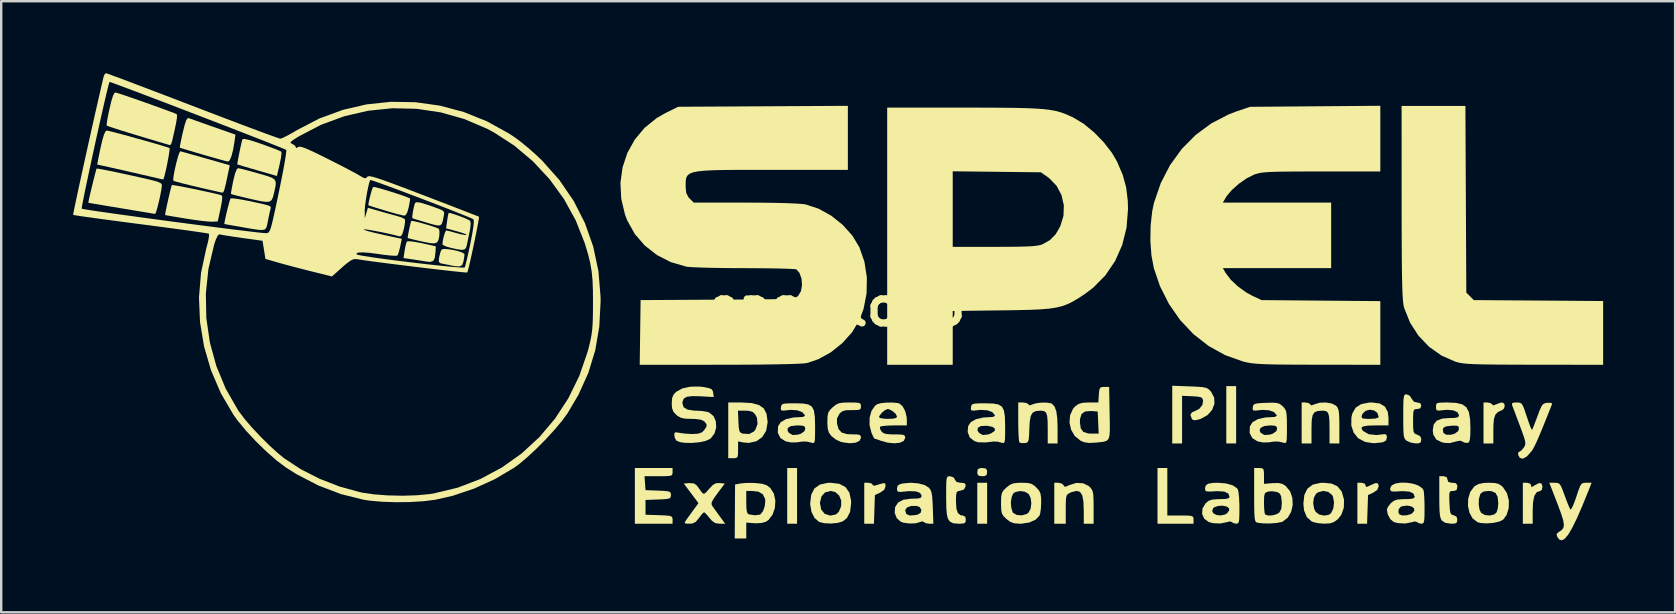
<source format=kicad_pcb>
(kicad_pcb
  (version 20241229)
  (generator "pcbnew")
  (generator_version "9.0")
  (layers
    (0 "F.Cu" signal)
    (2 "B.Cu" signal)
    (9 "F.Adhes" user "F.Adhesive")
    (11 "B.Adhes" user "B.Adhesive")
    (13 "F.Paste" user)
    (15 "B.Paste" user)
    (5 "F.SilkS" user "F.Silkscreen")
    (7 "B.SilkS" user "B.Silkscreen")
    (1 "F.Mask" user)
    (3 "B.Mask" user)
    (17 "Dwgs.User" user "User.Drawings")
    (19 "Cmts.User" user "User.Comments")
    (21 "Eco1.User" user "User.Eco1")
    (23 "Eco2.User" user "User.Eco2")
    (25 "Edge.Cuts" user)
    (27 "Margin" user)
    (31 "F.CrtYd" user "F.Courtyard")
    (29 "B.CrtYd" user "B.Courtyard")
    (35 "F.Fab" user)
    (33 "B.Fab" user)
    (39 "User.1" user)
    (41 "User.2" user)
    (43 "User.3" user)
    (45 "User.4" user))
  (footprint "spel_logo"
    (layer "F.Cu")
    (at 31.842 9.73)
    (property "Reference" "spel_logo" (at 0 0 0) (layer "F.SilkS") (effects (font (size 1.5 1.5) (thickness 0.3))))
    (attr board_only exclude_from_pos_files exclude_from_bom)
    (fp_poly (pts (xy -1.673 7.886) (xy -1.673 9.047) (xy -1.878 9.047) (xy -2.083 9.047) (xy -2.083 7.886) (xy -2.083 6.726) (xy -1.878 6.726) (xy -1.673 6.726)) (stroke (width 0) (type solid)) (fill yes) (layer "F.SilkS"))
    (fp_poly (pts (xy 6.248 8.194) (xy 6.248 9.047) (xy 6.043 9.047) (xy 5.838 9.047) (xy 5.838 8.194) (xy 5.838 7.34) (xy 6.043 7.34) (xy 6.248 7.34)) (stroke (width 0) (type solid)) (fill yes) (layer "F.SilkS"))
    (fp_poly (pts (xy 16.626 4.506) (xy 16.626 5.701) (xy 16.421 5.701) (xy 16.216 5.701) (xy 16.216 4.506) (xy 16.216 3.312) (xy 16.421 3.312) (xy 16.626 3.312)) (stroke (width 0) (type solid)) (fill yes) (layer "F.SilkS"))
    (fp_poly (pts (xy 6.189 6.744) (xy 6.243 6.822) (xy 6.248 6.896) (xy 6.226 7.018) (xy 6.132 7.063) (xy 6.043 7.067) (xy 5.896 7.049) (xy 5.843 6.97) (xy 5.838 6.896) (xy 5.86 6.774) (xy 5.954 6.73) (xy 6.043 6.726)) (stroke (width 0) (type solid)) (fill yes) (layer "F.SilkS"))
    (fp_poly (pts (xy 13.758 7.716) (xy 13.758 8.706) (xy 14.305 8.706) (xy 14.575 8.707) (xy 14.738 8.719) (xy 14.819 8.748) (xy 14.847 8.804) (xy 14.851 8.876) (xy 14.851 9.047) (xy 14.1 9.047) (xy 13.349 9.047) (xy 13.349 7.886) (xy 13.349 6.726) (xy 13.553 6.726) (xy 13.758 6.726)) (stroke (width 0) (type solid)) (fill yes) (layer "F.SilkS"))
    (fp_poly (pts (xy -17.66 -2.708) (xy -17.41 -2.664) (xy -17.303 -2.642) (xy -16.728 -2.514) (xy -16.744 -2.261) (xy -16.773 -2.025) (xy -16.841 -1.901) (xy -16.972 -1.865) (xy -17.138 -1.882) (xy -17.383 -1.922) (xy -17.662 -1.965) (xy -17.743 -1.977) (xy -18.074 -2.025) (xy -18.027 -2.344) (xy -17.989 -2.544) (xy -17.947 -2.685) (xy -17.929 -2.716) (xy -17.844 -2.726)) (stroke (width 0) (type solid)) (fill yes) (layer "F.SilkS"))
    (fp_poly (pts (xy 21.987 7.376) (xy 22.02 7.444) (xy 22.034 7.508) (xy 22.099 7.503) (xy 22.222 7.444) (xy 22.417 7.358) (xy 22.524 7.357) (xy 22.563 7.444) (xy 22.565 7.494) (xy 22.505 7.641) (xy 22.343 7.75) (xy 22.123 7.852) (xy 22.103 8.45) (xy 22.083 9.047) (xy 21.881 9.047) (xy 21.679 9.047) (xy 21.679 8.194) (xy 21.679 7.34) (xy 21.849 7.34)) (stroke (width 0) (type solid)) (fill yes) (layer "F.SilkS"))
    (fp_poly (pts (xy 1.426 7.366) (xy 1.468 7.416) (xy 1.52 7.463) (xy 1.587 7.455) (xy 1.816 7.384) (xy 1.944 7.356) (xy 2 7.372) (xy 2.013 7.435) (xy 2.013 7.486) (xy 1.961 7.633) (xy 1.794 7.748) (xy 1.791 7.75) (xy 1.57 7.852) (xy 1.551 8.45) (xy 1.531 9.047) (xy 1.329 9.047) (xy 1.127 9.047) (xy 1.127 8.194) (xy 1.127 7.34) (xy 1.297 7.34)) (stroke (width 0) (type solid)) (fill yes) (layer "F.SilkS"))
    (fp_poly (pts (xy 27.238 4.023) (xy 27.292 4.072) (xy 27.346 4.116) (xy 27.464 4.072) (xy 27.623 4.01) (xy 27.717 3.994) (xy 27.802 4.044) (xy 27.82 4.153) (xy 27.774 4.265) (xy 27.704 4.314) (xy 27.538 4.391) (xy 27.431 4.5) (xy 27.373 4.67) (xy 27.349 4.929) (xy 27.346 5.132) (xy 27.346 5.701) (xy 27.141 5.701) (xy 26.936 5.701) (xy 26.936 4.848) (xy 26.936 3.994) (xy 27.101 3.994)) (stroke (width 0) (type solid)) (fill yes) (layer "F.SilkS"))
    (fp_poly (pts (xy 28.884 7.377) (xy 28.916 7.446) (xy 28.929 7.514) (xy 28.99 7.498) (xy 29.068 7.446) (xy 29.249 7.352) (xy 29.358 7.373) (xy 29.394 7.509) (xy 29.394 7.511) (xy 29.363 7.642) (xy 29.303 7.681) (xy 29.155 7.73) (xy 29.055 7.884) (xy 29 8.151) (xy 28.985 8.489) (xy 28.985 9.047) (xy 28.78 9.047) (xy 28.575 9.047) (xy 28.575 8.194) (xy 28.575 7.34) (xy 28.746 7.34)) (stroke (width 0) (type solid)) (fill yes) (layer "F.SilkS"))
    (fp_poly (pts (xy -16.217 -2.395) (xy -16.002 -2.36) (xy -15.789 -2.31) (xy -15.619 -2.252) (xy -15.536 -2.196) (xy -15.534 -2.186) (xy -15.546 -2.061) (xy -15.576 -1.886) (xy -15.628 -1.735) (xy -15.724 -1.681) (xy -15.798 -1.678) (xy -15.959 -1.691) (xy -16.046 -1.707) (xy -16.154 -1.733) (xy -16.332 -1.766) (xy -16.372 -1.773) (xy -16.539 -1.809) (xy -16.603 -1.868) (xy -16.598 -1.998) (xy -16.586 -2.069) (xy -16.543 -2.25) (xy -16.494 -2.371) (xy -16.486 -2.381) (xy -16.392 -2.405)) (stroke (width 0) (type solid)) (fill yes) (layer "F.SilkS"))
    (fp_poly (pts (xy -17.679 -3.568) (xy -17.514 -3.532) (xy -17.294 -3.474) (xy -17.055 -3.405) (xy -16.835 -3.336) (xy -16.671 -3.277) (xy -16.602 -3.243) (xy -16.576 -3.147) (xy -16.582 -2.973) (xy -16.591 -2.908) (xy -16.624 -2.765) (xy -16.68 -2.676) (xy -16.782 -2.638) (xy -16.955 -2.646) (xy -17.221 -2.697) (xy -17.445 -2.747) (xy -17.671 -2.801) (xy -17.835 -2.841) (xy -17.901 -2.86) (xy -17.896 -2.925) (xy -17.869 -3.076) (xy -17.831 -3.262) (xy -17.791 -3.438) (xy -17.759 -3.553) (xy -17.751 -3.573)) (stroke (width 0) (type solid)) (fill yes) (layer "F.SilkS"))
    (fp_poly (pts (xy -24.518 -6.95) (xy -24.201 -6.852) (xy -23.988 -6.778) (xy -23.684 -6.667) (xy -23.428 -6.571) (xy -23.247 -6.498) (xy -23.169 -6.46) (xy -23.161 -6.378) (xy -23.183 -6.2) (xy -23.23 -5.963) (xy -23.237 -5.932) (xy -23.352 -5.446) (xy -24.171 -5.682) (xy -24.483 -5.772) (xy -24.742 -5.849) (xy -24.924 -5.904) (xy -25.001 -5.929) (xy -25.002 -5.93) (xy -24.996 -5.997) (xy -24.967 -6.157) (xy -24.925 -6.372) (xy -24.878 -6.602) (xy -24.833 -6.806) (xy -24.798 -6.947) (xy -24.789 -6.975) (xy -24.713 -6.991)) (stroke (width 0) (type solid)) (fill yes) (layer "F.SilkS"))
    (fp_poly (pts (xy -17.352 -4.33) (xy -17.085 -4.247) (xy -17.066 -4.241) (xy -16.756 -4.133) (xy -16.553 -4.058) (xy -16.437 -3.999) (xy -16.387 -3.941) (xy -16.381 -3.871) (xy -16.399 -3.773) (xy -16.4 -3.766) (xy -16.442 -3.559) (xy -16.489 -3.434) (xy -16.57 -3.382) (xy -16.711 -3.392) (xy -16.943 -3.453) (xy -17.104 -3.5) (xy -17.365 -3.578) (xy -17.569 -3.641) (xy -17.687 -3.679) (xy -17.704 -3.687) (xy -17.709 -3.761) (xy -17.689 -3.916) (xy -17.655 -4.098) (xy -17.616 -4.255) (xy -17.588 -4.327) (xy -17.515 -4.355)) (stroke (width 0) (type solid)) (fill yes) (layer "F.SilkS"))
    (fp_poly (pts (xy -19.269 -4.981) (xy -19.098 -4.939) (xy -18.862 -4.872) (xy -18.592 -4.789) (xy -18.319 -4.701) (xy -18.075 -4.618) (xy -17.891 -4.548) (xy -17.802 -4.506) (xy -17.805 -4.438) (xy -17.832 -4.277) (xy -17.859 -4.141) (xy -17.922 -3.918) (xy -17.992 -3.811) (xy -18.049 -3.794) (xy -18.159 -3.815) (xy -18.367 -3.868) (xy -18.638 -3.944) (xy -18.845 -4.006) (xy -19.128 -4.092) (xy -19.355 -4.163) (xy -19.501 -4.21) (xy -19.539 -4.223) (xy -19.536 -4.294) (xy -19.504 -4.449) (xy -19.456 -4.642) (xy -19.404 -4.826) (xy -19.359 -4.956) (xy -19.342 -4.988)) (stroke (width 0) (type solid)) (fill yes) (layer "F.SilkS"))
    (fp_poly (pts (xy -24.872 -5.752) (xy -24.671 -5.702) (xy -24.401 -5.63) (xy -24.133 -5.554) (xy -23.799 -5.458) (xy -23.577 -5.38) (xy -23.45 -5.298) (xy -23.399 -5.19) (xy -23.407 -5.032) (xy -23.457 -4.802) (xy -23.478 -4.711) (xy -23.521 -4.547) (xy -23.575 -4.437) (xy -23.662 -4.378) (xy -23.805 -4.366) (xy -24.025 -4.397) (xy -24.346 -4.466) (xy -24.541 -4.511) (xy -24.832 -4.58) (xy -25.069 -4.639) (xy -25.222 -4.679) (xy -25.267 -4.694) (xy -25.261 -4.764) (xy -25.232 -4.934) (xy -25.186 -5.172) (xy -25.172 -5.24) (xy -25.098 -5.542) (xy -25.027 -5.72) (xy -24.971 -5.77)) (stroke (width 0) (type solid)) (fill yes) (layer "F.SilkS"))
    (fp_poly (pts (xy -27.291 -6.452) (xy -27.099 -6.399) (xy -26.825 -6.322) (xy -26.493 -6.228) (xy -26.314 -6.177) (xy -25.317 -5.892) (xy -25.411 -5.438) (xy -25.48 -5.119) (xy -25.531 -4.913) (xy -25.572 -4.798) (xy -25.608 -4.754) (xy -25.627 -4.751) (xy -25.706 -4.767) (xy -25.894 -4.809) (xy -26.166 -4.871) (xy -26.496 -4.947) (xy -26.651 -4.983) (xy -26.998 -5.066) (xy -27.296 -5.14) (xy -27.521 -5.199) (xy -27.647 -5.238) (xy -27.665 -5.246) (xy -27.672 -5.328) (xy -27.649 -5.5) (xy -27.605 -5.727) (xy -27.548 -5.973) (xy -27.487 -6.203) (xy -27.43 -6.381) (xy -27.386 -6.47) (xy -27.376 -6.474)) (stroke (width 0) (type solid)) (fill yes) (layer "F.SilkS"))
    (fp_poly (pts (xy -27.025 -7.856) (xy -26.927 -7.821) (xy -26.726 -7.749) (xy -26.448 -7.651) (xy -26.121 -7.535) (xy -26.002 -7.493) (xy -25.081 -7.169) (xy -25.121 -6.869) (xy -25.178 -6.531) (xy -25.247 -6.267) (xy -25.32 -6.099) (xy -25.386 -6.047) (xy -25.478 -6.067) (xy -25.675 -6.119) (xy -25.952 -6.196) (xy -26.283 -6.291) (xy -26.424 -6.332) (xy -26.763 -6.432) (xy -27.052 -6.518) (xy -27.266 -6.583) (xy -27.384 -6.62) (xy -27.398 -6.625) (xy -27.392 -6.692) (xy -27.36 -6.862) (xy -27.308 -7.106) (xy -27.272 -7.266) (xy -27.197 -7.568) (xy -27.137 -7.755) (xy -27.083 -7.845) (xy -27.028 -7.857)) (stroke (width 0) (type solid)) (fill yes) (layer "F.SilkS"))
    (fp_poly (pts (xy -27.657 -5.064) (xy -27.482 -5.034) (xy -27.229 -4.987) (xy -26.926 -4.926) (xy -26.603 -4.859) (xy -26.286 -4.791) (xy -26.003 -4.729) (xy -25.783 -4.676) (xy -25.663 -4.644) (xy -25.63 -4.587) (xy -25.636 -4.438) (xy -25.681 -4.18) (xy -25.701 -4.085) (xy -25.818 -3.551) (xy -26.053 -3.54) (xy -26.211 -3.547) (xy -26.468 -3.573) (xy -26.788 -3.615) (xy -27.137 -3.668) (xy -27.141 -3.668) (xy -27.464 -3.722) (xy -27.733 -3.767) (xy -27.923 -3.8) (xy -28.006 -3.817) (xy -28.008 -3.818) (xy -28.002 -3.885) (xy -27.972 -4.049) (xy -27.924 -4.273) (xy -27.869 -4.522) (xy -27.813 -4.76) (xy -27.765 -4.951) (xy -27.733 -5.059) (xy -27.727 -5.07)) (stroke (width 0) (type solid)) (fill yes) (layer "F.SilkS"))
    (fp_poly (pts (xy -25.017 -4.493) (xy -24.759 -4.45) (xy -24.534 -4.406) (xy -24.16 -4.326) (xy -23.9 -4.268) (xy -23.735 -4.224) (xy -23.644 -4.187) (xy -23.609 -4.151) (xy -23.608 -4.107) (xy -23.617 -4.074) (xy -23.648 -3.947) (xy -23.693 -3.738) (xy -23.727 -3.568) (xy -23.759 -3.403) (xy -23.793 -3.29) (xy -23.851 -3.221) (xy -23.954 -3.194) (xy -24.124 -3.202) (xy -24.382 -3.24) (xy -24.751 -3.304) (xy -24.82 -3.316) (xy -25.113 -3.367) (xy -25.349 -3.409) (xy -25.5 -3.436) (xy -25.542 -3.444) (xy -25.536 -3.511) (xy -25.504 -3.671) (xy -25.456 -3.885) (xy -25.4 -4.114) (xy -25.346 -4.32) (xy -25.303 -4.464) (xy -25.285 -4.508) (xy -25.203 -4.514)) (stroke (width 0) (type solid)) (fill yes) (layer "F.SilkS"))
    (fp_poly (pts (xy 14.688 3.323) (xy 15.012 3.337) (xy 15.229 3.354) (xy 15.371 3.383) (xy 15.466 3.431) (xy 15.546 3.506) (xy 15.583 3.548) (xy 15.711 3.788) (xy 15.722 4.047) (xy 15.627 4.299) (xy 15.438 4.516) (xy 15.166 4.67) (xy 15.106 4.691) (xy 14.925 4.734) (xy 14.826 4.722) (xy 14.778 4.672) (xy 14.719 4.51) (xy 14.784 4.403) (xy 14.88 4.365) (xy 15.089 4.261) (xy 15.221 4.093) (xy 15.249 3.915) (xy 15.224 3.826) (xy 15.158 3.776) (xy 15.018 3.749) (xy 14.8 3.735) (xy 14.373 3.715) (xy 14.373 4.708) (xy 14.373 5.701) (xy 14.168 5.701) (xy 13.963 5.701) (xy 13.963 4.499) (xy 13.963 3.296)) (stroke (width 0) (type solid)) (fill yes) (layer "F.SilkS"))
    (fp_poly (pts (xy -30.354 -7.322) (xy -30.16 -7.274) (xy -29.886 -7.202) (xy -29.559 -7.113) (xy -29.202 -7.014) (xy -28.84 -6.913) (xy -28.499 -6.816) (xy -28.203 -6.73) (xy -27.978 -6.662) (xy -27.849 -6.619) (xy -27.828 -6.61) (xy -27.825 -6.537) (xy -27.847 -6.369) (xy -27.887 -6.14) (xy -27.936 -5.886) (xy -27.989 -5.641) (xy -28.039 -5.44) (xy -28.077 -5.319) (xy -28.092 -5.299) (xy -28.17 -5.316) (xy -28.354 -5.358) (xy -28.617 -5.419) (xy -28.932 -5.492) (xy -28.951 -5.496) (xy -29.334 -5.585) (xy -29.731 -5.676) (xy -30.09 -5.757) (xy -30.306 -5.805) (xy -30.842 -5.923) (xy -30.801 -6.136) (xy -30.706 -6.603) (xy -30.626 -6.945) (xy -30.557 -7.174) (xy -30.496 -7.302) (xy -30.443 -7.34)) (stroke (width 0) (type solid)) (fill yes) (layer "F.SilkS"))
    (fp_poly (pts (xy 25.397 7.099) (xy 25.434 7.203) (xy 25.466 7.303) (xy 25.586 7.339) (xy 25.639 7.34) (xy 25.785 7.358) (xy 25.839 7.437) (xy 25.844 7.511) (xy 25.816 7.64) (xy 25.707 7.681) (xy 25.67 7.681) (xy 25.581 7.687) (xy 25.531 7.723) (xy 25.51 7.819) (xy 25.51 8.005) (xy 25.516 8.176) (xy 25.531 8.434) (xy 25.553 8.585) (xy 25.595 8.66) (xy 25.666 8.689) (xy 25.69 8.693) (xy 25.813 8.754) (xy 25.844 8.881) (xy 25.827 8.99) (xy 25.752 9.037) (xy 25.581 9.047) (xy 25.335 9.006) (xy 25.206 8.922) (xy 25.157 8.845) (xy 25.124 8.724) (xy 25.104 8.535) (xy 25.095 8.253) (xy 25.093 7.932) (xy 25.093 7.067) (xy 25.263 7.067)) (stroke (width 0) (type solid)) (fill yes) (layer "F.SilkS"))
    (fp_poly (pts (xy 9.365 7.376) (xy 9.431 7.441) (xy 9.474 7.503) (xy 9.555 7.493) (xy 9.665 7.441) (xy 9.959 7.347) (xy 10.244 7.36) (xy 10.482 7.475) (xy 10.518 7.508) (xy 10.595 7.594) (xy 10.644 7.69) (xy 10.671 7.827) (xy 10.683 8.036) (xy 10.686 8.348) (xy 10.686 8.361) (xy 10.686 9.047) (xy 10.481 9.047) (xy 10.276 9.047) (xy 10.276 8.496) (xy 10.261 8.117) (xy 10.212 7.862) (xy 10.119 7.719) (xy 9.975 7.679) (xy 9.771 7.73) (xy 9.699 7.761) (xy 9.616 7.806) (xy 9.564 7.869) (xy 9.537 7.98) (xy 9.527 8.169) (xy 9.525 8.443) (xy 9.525 9.047) (xy 9.286 9.047) (xy 9.047 9.047) (xy 9.047 8.194) (xy 9.047 7.34) (xy 9.22 7.34)) (stroke (width 0) (type solid)) (fill yes) (layer "F.SilkS"))
    (fp_poly (pts (xy 20.611 4.036) (xy 20.786 4.126) (xy 20.791 4.131) (xy 20.853 4.209) (xy 20.894 4.314) (xy 20.916 4.474) (xy 20.926 4.72) (xy 20.928 4.984) (xy 20.928 5.701) (xy 20.723 5.701) (xy 20.518 5.701) (xy 20.518 5.127) (xy 20.514 4.786) (xy 20.495 4.56) (xy 20.454 4.424) (xy 20.382 4.357) (xy 20.272 4.336) (xy 20.233 4.336) (xy 20.029 4.348) (xy 19.894 4.402) (xy 19.815 4.519) (xy 19.777 4.724) (xy 19.767 5.038) (xy 19.767 5.089) (xy 19.767 5.701) (xy 19.562 5.701) (xy 19.357 5.701) (xy 19.357 4.848) (xy 19.357 3.994) (xy 19.522 3.994) (xy 19.659 4.023) (xy 19.713 4.072) (xy 19.767 4.116) (xy 19.885 4.072) (xy 20.105 4.005) (xy 20.365 3.994)) (stroke (width 0) (type solid)) (fill yes) (layer "F.SilkS"))
    (fp_poly (pts (xy -6.862 6.896) (xy -6.867 6.979) (xy -6.901 7.029) (xy -6.99 7.055) (xy -7.162 7.065) (xy -7.443 7.067) (xy -7.446 7.067) (xy -8.031 7.067) (xy -8.01 7.357) (xy -7.989 7.647) (xy -7.46 7.667) (xy -7.194 7.68) (xy -7.036 7.699) (xy -6.958 7.734) (xy -6.933 7.795) (xy -6.93 7.852) (xy -6.938 7.935) (xy -6.98 7.986) (xy -7.083 8.014) (xy -7.278 8.029) (xy -7.46 8.037) (xy -7.989 8.057) (xy -7.989 8.364) (xy -7.989 8.672) (xy -7.425 8.691) (xy -7.149 8.703) (xy -6.982 8.72) (xy -6.897 8.752) (xy -6.866 8.808) (xy -6.862 8.879) (xy -6.862 9.047) (xy -7.647 9.047) (xy -8.433 9.047) (xy -8.433 7.886) (xy -8.433 6.726) (xy -7.647 6.726) (xy -6.862 6.726)) (stroke (width 0) (type solid)) (fill yes) (layer "F.SilkS"))
    (fp_poly (pts (xy 23.865 3.715) (xy 23.932 3.824) (xy 24.036 3.963) (xy 24.169 3.994) (xy 24.304 4.026) (xy 24.342 4.131) (xy 24.302 4.238) (xy 24.171 4.267) (xy 24.084 4.274) (xy 24.033 4.312) (xy 24.009 4.412) (xy 24.001 4.6) (xy 24 4.778) (xy 24.003 5.04) (xy 24.018 5.196) (xy 24.054 5.278) (xy 24.121 5.318) (xy 24.171 5.332) (xy 24.308 5.41) (xy 24.342 5.538) (xy 24.321 5.651) (xy 24.231 5.696) (xy 24.118 5.701) (xy 23.91 5.668) (xy 23.742 5.595) (xy 23.681 5.545) (xy 23.639 5.478) (xy 23.612 5.372) (xy 23.598 5.201) (xy 23.592 4.942) (xy 23.591 4.571) (xy 23.592 4.201) (xy 23.597 3.947) (xy 23.61 3.787) (xy 23.633 3.698) (xy 23.671 3.661) (xy 23.725 3.653) (xy 23.729 3.653)) (stroke (width 0) (type solid)) (fill yes) (layer "F.SilkS"))
    (fp_poly (pts (xy -29.961 -8.891) (xy -29.752 -8.823) (xy -29.471 -8.727) (xy -29.142 -8.613) (xy -28.79 -8.489) (xy -28.438 -8.363) (xy -28.113 -8.245) (xy -27.838 -8.144) (xy -27.637 -8.068) (xy -27.536 -8.025) (xy -27.53 -8.021) (xy -27.513 -7.975) (xy -27.518 -7.87) (xy -27.546 -7.691) (xy -27.601 -7.418) (xy -27.687 -7.036) (xy -27.723 -6.879) (xy -27.769 -6.763) (xy -27.808 -6.733) (xy -27.886 -6.754) (xy -28.074 -6.809) (xy -28.351 -6.891) (xy -28.696 -6.994) (xy -29.088 -7.112) (xy -29.134 -7.126) (xy -29.53 -7.246) (xy -29.879 -7.355) (xy -30.161 -7.445) (xy -30.356 -7.511) (xy -30.443 -7.545) (xy -30.445 -7.546) (xy -30.445 -7.624) (xy -30.418 -7.804) (xy -30.369 -8.058) (xy -30.324 -8.263) (xy -30.244 -8.593) (xy -30.177 -8.802) (xy -30.119 -8.906) (xy -30.072 -8.924)) (stroke (width 0) (type solid)) (fill yes) (layer "F.SilkS"))
    (fp_poly (pts (xy 26.2 -4.474) (xy 26.219 -0.584) (xy 26.375 -0.429) (xy 26.53 -0.273) (xy 29.225 -0.254) (xy 31.921 -0.234) (xy 31.921 1.095) (xy 31.921 2.424) (xy 29.036 2.42) (xy 28.322 2.419) (xy 27.731 2.416) (xy 27.249 2.412) (xy 26.862 2.406) (xy 26.556 2.397) (xy 26.318 2.385) (xy 26.133 2.369) (xy 25.988 2.348) (xy 25.869 2.323) (xy 25.761 2.292) (xy 25.759 2.291) (xy 25.182 2.037) (xy 24.665 1.671) (xy 24.224 1.209) (xy 23.875 0.668) (xy 23.634 0.066) (xy 23.615 -0.000001) (xy 23.595 -0.105) (xy 23.578 -0.263) (xy 23.563 -0.483) (xy 23.551 -0.774) (xy 23.542 -1.147) (xy 23.534 -1.611) (xy 23.529 -2.176) (xy 23.526 -2.85) (xy 23.524 -3.645) (xy 23.523 -4.353) (xy 23.522 -8.364) (xy 24.852 -8.364) (xy 26.181 -8.364)) (stroke (width 0) (type solid)) (fill yes) (layer "F.SilkS"))
    (fp_poly (pts (xy -16.119 -3.898) (xy -15.961 -3.851) (xy -15.76 -3.781) (xy -15.555 -3.702) (xy -15.388 -3.629) (xy -15.3 -3.579) (xy -15.275 -3.476) (xy -15.292 -3.276) (xy -15.313 -3.16) (xy -15.366 -2.905) (xy -15.415 -2.667) (xy -15.433 -2.578) (xy -15.469 -2.453) (xy -15.534 -2.384) (xy -15.654 -2.366) (xy -15.857 -2.395) (xy -16.114 -2.453) (xy -16.307 -2.51) (xy -16.43 -2.569) (xy -16.454 -2.598) (xy -16.436 -2.755) (xy -16.395 -2.936) (xy -16.345 -3.092) (xy -16.301 -3.172) (xy -16.294 -3.175) (xy -16.204 -3.157) (xy -16.028 -3.11) (xy -15.883 -3.069) (xy -15.67 -3.013) (xy -15.506 -2.986) (xy -15.449 -2.987) (xy -15.471 -3.015) (xy -15.599 -3.066) (xy -15.807 -3.129) (xy -15.837 -3.137) (xy -16.301 -3.263) (xy -16.258 -3.572) (xy -16.228 -3.762) (xy -16.2 -3.885) (xy -16.191 -3.906)) (stroke (width 0) (type solid)) (fill yes) (layer "F.SilkS"))
    (fp_poly (pts (xy -3.57 4.018) (xy -3.265 4.097) (xy -3.061 4.242) (xy -2.945 4.464) (xy -2.903 4.772) (xy -2.902 4.834) (xy -2.961 5.172) (xy -3.124 5.437) (xy -3.371 5.611) (xy -3.684 5.679) (xy -3.917 5.659) (xy -4.131 5.616) (xy -4.131 5.966) (xy -4.135 6.171) (xy -4.161 6.275) (xy -4.23 6.311) (xy -4.336 6.316) (xy -4.541 6.316) (xy -4.541 5.155) (xy -4.541 4.336) (xy -4.137 4.336) (xy -4.117 4.794) (xy -4.102 5.04) (xy -4.076 5.182) (xy -4.027 5.254) (xy -3.941 5.29) (xy -3.926 5.293) (xy -3.669 5.308) (xy -3.475 5.206) (xy -3.412 5.131) (xy -3.321 4.891) (xy -3.345 4.633) (xy -3.418 4.488) (xy -3.526 4.385) (xy -3.689 4.342) (xy -3.831 4.336) (xy -4.137 4.336) (xy -4.541 4.336) (xy -4.541 3.994) (xy -3.991 3.994)) (stroke (width 0) (type solid)) (fill yes) (layer "F.SilkS"))
    (fp_poly (pts (xy 0.087 7.384) (xy 0.345 7.519) (xy 0.507 7.75) (xy 0.577 8.081) (xy 0.58 8.194) (xy 0.537 8.553) (xy 0.404 8.812) (xy 0.229 8.95) (xy 0.015 9.014) (xy -0.263 9.039) (xy -0.541 9.025) (xy -0.755 8.97) (xy -0.757 8.969) (xy -0.943 8.808) (xy -1.072 8.553) (xy -1.126 8.24) (xy -1.127 8.203) (xy -1.125 8.194) (xy -0.717 8.194) (xy -0.667 8.458) (xy -0.525 8.633) (xy -0.305 8.705) (xy -0.273 8.706) (xy -0.056 8.662) (xy 0.064 8.554) (xy 0.165 8.319) (xy 0.167 8.081) (xy 0.082 7.873) (xy -0.077 7.729) (xy -0.273 7.681) (xy -0.502 7.739) (xy -0.654 7.903) (xy -0.716 8.157) (xy -0.717 8.194) (xy -1.125 8.194) (xy -1.084 7.84) (xy -0.951 7.579) (xy -0.724 7.416) (xy -0.397 7.344) (xy -0.273 7.34)) (stroke (width 0) (type solid)) (fill yes) (layer "F.SilkS"))
    (fp_poly (pts (xy 4.853 7.118) (xy 4.902 7.203) (xy 4.973 7.307) (xy 5.135 7.34) (xy 5.153 7.34) (xy 5.302 7.354) (xy 5.351 7.416) (xy 5.348 7.494) (xy 5.282 7.621) (xy 5.138 7.669) (xy 5.035 7.688) (xy 4.979 7.738) (xy 4.956 7.851) (xy 4.95 8.061) (xy 4.95 8.116) (xy 4.968 8.417) (xy 5.028 8.602) (xy 5.138 8.691) (xy 5.237 8.706) (xy 5.336 8.754) (xy 5.36 8.876) (xy 5.347 8.982) (xy 5.284 9.032) (xy 5.133 9.046) (xy 5.057 9.047) (xy 4.838 9.029) (xy 4.704 8.961) (xy 4.647 8.895) (xy 4.599 8.793) (xy 4.567 8.632) (xy 4.548 8.389) (xy 4.541 8.042) (xy 4.541 7.905) (xy 4.541 7.555) (xy 4.546 7.32) (xy 4.56 7.175) (xy 4.587 7.1) (xy 4.632 7.072) (xy 4.698 7.067) (xy 4.703 7.067)) (stroke (width 0) (type solid)) (fill yes) (layer "F.SilkS"))
    (fp_poly (pts (xy -30.795 -5.748) (xy -30.611 -5.716) (xy -30.334 -5.661) (xy -29.985 -5.589) (xy -29.584 -5.503) (xy -29.486 -5.481) (xy -29.029 -5.38) (xy -28.689 -5.302) (xy -28.448 -5.242) (xy -28.291 -5.192) (xy -28.199 -5.149) (xy -28.156 -5.105) (xy -28.146 -5.054) (xy -28.149 -5.016) (xy -28.178 -4.819) (xy -28.225 -4.578) (xy -28.282 -4.327) (xy -28.34 -4.101) (xy -28.391 -3.936) (xy -28.426 -3.866) (xy -28.428 -3.865) (xy -28.506 -3.878) (xy -28.698 -3.91) (xy -28.983 -3.957) (xy -29.339 -4.016) (xy -29.747 -4.084) (xy -29.838 -4.099) (xy -30.251 -4.167) (xy -30.615 -4.228) (xy -30.909 -4.277) (xy -31.113 -4.312) (xy -31.207 -4.329) (xy -31.211 -4.33) (xy -31.201 -4.395) (xy -31.166 -4.559) (xy -31.112 -4.788) (xy -31.05 -5.05) (xy -30.985 -5.311) (xy -30.928 -5.538) (xy -30.885 -5.697) (xy -30.865 -5.755)) (stroke (width 0) (type solid)) (fill yes) (layer "F.SilkS"))
    (fp_poly (pts (xy 7.895 4.018) (xy 7.969 4.072) (xy 8.023 4.116) (xy 8.141 4.072) (xy 8.303 4.024) (xy 8.526 3.999) (xy 8.75 4.001) (xy 8.919 4.031) (xy 8.951 4.047) (xy 9.06 4.166) (xy 9.132 4.363) (xy 9.172 4.658) (xy 9.184 5.048) (xy 9.184 5.701) (xy 8.979 5.701) (xy 8.774 5.701) (xy 8.774 5.127) (xy 8.77 4.787) (xy 8.751 4.561) (xy 8.71 4.426) (xy 8.637 4.359) (xy 8.524 4.337) (xy 8.472 4.336) (xy 8.277 4.352) (xy 8.147 4.418) (xy 8.067 4.554) (xy 8.025 4.783) (xy 8.008 5.087) (xy 7.997 5.368) (xy 7.98 5.541) (xy 7.948 5.634) (xy 7.893 5.673) (xy 7.815 5.687) (xy 7.666 5.686) (xy 7.594 5.659) (xy 7.575 5.575) (xy 7.559 5.384) (xy 7.549 5.113) (xy 7.545 4.802) (xy 7.545 3.994) (xy 7.744 3.994)) (stroke (width 0) (type solid)) (fill yes) (layer "F.SilkS"))
    (fp_poly (pts (xy 20.607 7.374) (xy 20.845 7.485) (xy 21.01 7.685) (xy 21.035 7.735) (xy 21.124 8.053) (xy 21.114 8.38) (xy 21.009 8.675) (xy 20.867 8.855) (xy 20.705 8.976) (xy 20.535 9.032) (xy 20.295 9.045) (xy 20.055 9.026) (xy 19.847 8.981) (xy 19.774 8.952) (xy 19.568 8.767) (xy 19.455 8.487) (xy 19.428 8.214) (xy 19.431 8.189) (xy 19.837 8.189) (xy 19.877 8.423) (xy 19.942 8.554) (xy 20.087 8.664) (xy 20.285 8.707) (xy 20.477 8.68) (xy 20.581 8.609) (xy 20.678 8.406) (xy 20.706 8.152) (xy 20.661 7.918) (xy 20.628 7.853) (xy 20.467 7.72) (xy 20.255 7.68) (xy 20.041 7.737) (xy 19.96 7.794) (xy 19.866 7.96) (xy 19.837 8.189) (xy 19.431 8.189) (xy 19.468 7.848) (xy 19.597 7.585) (xy 19.82 7.418) (xy 20.142 7.345) (xy 20.272 7.34)) (stroke (width 0) (type solid)) (fill yes) (layer "F.SilkS"))
    (fp_poly (pts (xy 30.015 7.346) (xy 30.095 7.383) (xy 30.162 7.475) (xy 30.236 7.649) (xy 30.317 7.869) (xy 30.411 8.122) (xy 30.493 8.325) (xy 30.549 8.443) (xy 30.558 8.457) (xy 30.6 8.423) (xy 30.67 8.284) (xy 30.755 8.065) (xy 30.802 7.928) (xy 30.894 7.65) (xy 30.962 7.477) (xy 31.024 7.385) (xy 31.098 7.347) (xy 31.2 7.34) (xy 31.217 7.34) (xy 31.441 7.34) (xy 31.313 7.664) (xy 31.052 8.307) (xy 30.827 8.823) (xy 30.632 9.219) (xy 30.466 9.501) (xy 30.323 9.672) (xy 30.201 9.74) (xy 30.096 9.709) (xy 30.01 9.596) (xy 29.979 9.478) (xy 30.062 9.397) (xy 30.075 9.39) (xy 30.195 9.312) (xy 30.265 9.219) (xy 30.286 9.089) (xy 30.256 8.901) (xy 30.173 8.634) (xy 30.037 8.266) (xy 30.012 8.202) (xy 29.679 7.34) (xy 29.903 7.34)) (stroke (width 0) (type solid)) (fill yes) (layer "F.SilkS"))
    (fp_poly (pts (xy -3.374 7.354) (xy -3.11 7.386) (xy -2.932 7.448) (xy -2.791 7.557) (xy -2.787 7.56) (xy -2.638 7.796) (xy -2.577 8.086) (xy -2.598 8.391) (xy -2.696 8.674) (xy -2.867 8.894) (xy -2.97 8.964) (xy -3.157 9.016) (xy -3.405 9.029) (xy -3.465 9.026) (xy -3.79 8.999) (xy -3.79 9.33) (xy -3.79 9.662) (xy -4.03 9.662) (xy -4.271 9.662) (xy -4.264 8.537) (xy -4.262 8.154) (xy -3.79 8.154) (xy -3.784 8.412) (xy -3.762 8.562) (xy -3.717 8.637) (xy -3.67 8.659) (xy -3.423 8.695) (xy -3.232 8.67) (xy -3.196 8.652) (xy -3.091 8.521) (xy -3.019 8.314) (xy -2.997 8.094) (xy -3.007 8.01) (xy -3.1 7.819) (xy -3.283 7.712) (xy -3.546 7.681) (xy -3.79 7.681) (xy -3.79 8.154) (xy -4.262 8.154) (xy -4.257 7.413) (xy -4.021 7.368) (xy -3.819 7.349) (xy -3.553 7.346)) (stroke (width 0) (type solid)) (fill yes) (layer "F.SilkS"))
    (fp_poly (pts (xy 0.763 3.997) (xy 0.905 4.012) (xy 0.971 4.05) (xy 0.989 4.12) (xy 0.99 4.156) (xy 0.98 4.247) (xy 0.926 4.295) (xy 0.797 4.311) (xy 0.607 4.311) (xy 0.373 4.317) (xy 0.227 4.353) (xy 0.123 4.432) (xy 0.088 4.473) (xy -0.009 4.659) (xy -0.009 4.876) (xy 0.059 5.109) (xy 0.187 5.248) (xy 0.4 5.312) (xy 0.617 5.322) (xy 0.832 5.325) (xy 0.944 5.349) (xy 0.985 5.405) (xy 0.99 5.467) (xy 0.93 5.593) (xy 0.767 5.67) (xy 0.528 5.693) (xy 0.239 5.656) (xy 0.133 5.628) (xy -0.063 5.534) (xy -0.242 5.391) (xy -0.243 5.39) (xy -0.341 5.26) (xy -0.392 5.107) (xy -0.409 4.882) (xy -0.41 4.803) (xy -0.403 4.565) (xy -0.37 4.412) (xy -0.292 4.295) (xy -0.187 4.194) (xy -0.053 4.086) (xy 0.078 4.026) (xy 0.252 4) (xy 0.513 3.994)) (stroke (width 0) (type solid)) (fill yes) (layer "F.SilkS"))
    (fp_poly (pts (xy 11.353 4.447) (xy 11.361 4.869) (xy 11.362 5.175) (xy 11.346 5.384) (xy 11.304 5.516) (xy 11.226 5.592) (xy 11.104 5.63) (xy 10.927 5.652) (xy 10.776 5.667) (xy 10.497 5.681) (xy 10.29 5.649) (xy 10.14 5.586) (xy 9.904 5.396) (xy 9.749 5.132) (xy 9.681 4.831) (xy 9.682 4.822) (xy 10.115 4.822) (xy 10.151 5.075) (xy 10.259 5.222) (xy 10.459 5.285) (xy 10.595 5.292) (xy 10.897 5.292) (xy 10.877 4.831) (xy 10.856 4.37) (xy 10.577 4.349) (xy 10.332 4.368) (xy 10.183 4.476) (xy 10.119 4.685) (xy 10.115 4.822) (xy 9.682 4.822) (xy 9.705 4.528) (xy 9.826 4.26) (xy 9.916 4.157) (xy 10.051 4.058) (xy 10.215 4.009) (xy 10.458 3.994) (xy 10.487 3.994) (xy 10.883 3.994) (xy 10.904 3.67) (xy 10.922 3.474) (xy 10.961 3.379) (xy 11.045 3.348) (xy 11.13 3.346) (xy 11.334 3.346)) (stroke (width 0) (type solid)) (fill yes) (layer "F.SilkS"))
    (fp_poly (pts (xy 27.4 7.349) (xy 27.56 7.387) (xy 27.687 7.469) (xy 27.75 7.529) (xy 27.913 7.776) (xy 27.992 8.08) (xy 27.986 8.398) (xy 27.896 8.687) (xy 27.753 8.878) (xy 27.594 8.958) (xy 27.352 9.011) (xy 27.079 9.033) (xy 26.828 9.019) (xy 26.684 8.982) (xy 26.484 8.828) (xy 26.351 8.59) (xy 26.288 8.302) (xy 26.29 8.242) (xy 26.735 8.242) (xy 26.769 8.46) (xy 26.839 8.598) (xy 26.997 8.685) (xy 27.196 8.705) (xy 27.378 8.663) (xy 27.48 8.574) (xy 27.529 8.416) (xy 27.551 8.21) (xy 27.551 8.194) (xy 27.524 7.924) (xy 27.435 7.762) (xy 27.266 7.69) (xy 27.141 7.681) (xy 26.932 7.706) (xy 26.817 7.79) (xy 26.802 7.814) (xy 26.745 8.007) (xy 26.735 8.242) (xy 26.29 8.242) (xy 26.298 8.001) (xy 26.382 7.723) (xy 26.545 7.502) (xy 26.572 7.48) (xy 26.733 7.39) (xy 26.948 7.348) (xy 27.156 7.34)) (stroke (width 0) (type solid)) (fill yes) (layer "F.SilkS"))
    (fp_poly (pts (xy -4.899 7.352) (xy -4.685 7.374) (xy -4.989 7.779) (xy -5.144 7.995) (xy -5.224 8.135) (xy -5.24 8.23) (xy -5.207 8.306) (xy -5.118 8.43) (xy -4.985 8.614) (xy -4.895 8.738) (xy -4.669 9.047) (xy -4.904 9.047) (xy -5.082 9.021) (xy -5.225 8.922) (xy -5.321 8.808) (xy -5.442 8.663) (xy -5.531 8.578) (xy -5.551 8.57) (xy -5.616 8.621) (xy -5.72 8.75) (xy -5.761 8.809) (xy -5.894 8.969) (xy -6.032 9.037) (xy -6.162 9.047) (xy -6.317 9.041) (xy -6.359 9.006) (xy -6.313 8.921) (xy -6.307 8.912) (xy -6.213 8.779) (xy -6.076 8.591) (xy -5.998 8.483) (xy -5.782 8.189) (xy -6.088 7.782) (xy -6.393 7.374) (xy -6.17 7.352) (xy -5.962 7.37) (xy -5.852 7.454) (xy -5.733 7.614) (xy -5.658 7.716) (xy -5.593 7.79) (xy -5.533 7.795) (xy -5.445 7.718) (xy -5.335 7.591) (xy -5.179 7.429) (xy -5.05 7.358) (xy -4.901 7.352)) (stroke (width 0) (type solid)) (fill yes) (layer "F.SilkS"))
    (fp_poly (pts (xy 22.612 4.037) (xy 22.829 4.168) (xy 22.948 4.393) (xy 22.976 4.64) (xy 22.976 4.95) (xy 22.434 4.95) (xy 22.117 4.959) (xy 21.925 4.99) (xy 21.848 5.046) (xy 21.877 5.132) (xy 21.922 5.184) (xy 22.15 5.316) (xy 22.464 5.351) (xy 22.638 5.333) (xy 22.811 5.313) (xy 22.888 5.337) (xy 22.907 5.423) (xy 22.908 5.453) (xy 22.876 5.578) (xy 22.756 5.644) (xy 22.694 5.659) (xy 22.365 5.693) (xy 22.049 5.647) (xy 21.982 5.628) (xy 21.713 5.485) (xy 21.523 5.25) (xy 21.425 4.95) (xy 21.43 4.618) (xy 21.856 4.618) (xy 21.904 4.66) (xy 22.039 4.675) (xy 22.197 4.677) (xy 22.44 4.663) (xy 22.554 4.62) (xy 22.565 4.592) (xy 22.509 4.425) (xy 22.374 4.326) (xy 22.199 4.296) (xy 22.027 4.339) (xy 21.898 4.458) (xy 21.864 4.538) (xy 21.856 4.618) (xy 21.43 4.618) (xy 21.43 4.612) (xy 21.472 4.445) (xy 21.608 4.21) (xy 21.836 4.063) (xy 22.165 3.998) (xy 22.293 3.994)) (stroke (width 0) (type solid)) (fill yes) (layer "F.SilkS"))
    (fp_poly (pts (xy 28.426 3.999) (xy 28.504 4.029) (xy 28.567 4.109) (xy 28.632 4.265) (xy 28.719 4.522) (xy 28.738 4.58) (xy 28.824 4.834) (xy 28.897 5.026) (xy 28.946 5.128) (xy 28.958 5.137) (xy 28.993 5.063) (xy 29.061 4.893) (xy 29.15 4.658) (xy 29.183 4.568) (xy 29.282 4.304) (xy 29.358 4.142) (xy 29.429 4.056) (xy 29.517 4.018) (xy 29.601 4.006) (xy 29.753 4.006) (xy 29.793 4.053) (xy 29.787 4.075) (xy 29.57 4.621) (xy 29.395 5.055) (xy 29.255 5.391) (xy 29.144 5.643) (xy 29.056 5.826) (xy 28.985 5.955) (xy 28.938 6.025) (xy 28.746 6.24) (xy 28.584 6.336) (xy 28.457 6.307) (xy 28.449 6.299) (xy 28.381 6.185) (xy 28.38 6.081) (xy 28.437 6.043) (xy 28.518 5.991) (xy 28.616 5.872) (xy 28.661 5.791) (xy 28.68 5.708) (xy 28.668 5.594) (xy 28.618 5.424) (xy 28.528 5.169) (xy 28.452 4.967) (xy 28.338 4.663) (xy 28.238 4.398) (xy 28.164 4.202) (xy 28.13 4.114) (xy 28.12 4.033) (xy 28.197 3.999) (xy 28.315 3.994)) (stroke (width 0) (type solid)) (fill yes) (layer "F.SilkS"))
    (fp_poly (pts (xy 7.933 7.348) (xy 8.092 7.383) (xy 8.219 7.462) (xy 8.301 7.54) (xy 8.415 7.669) (xy 8.475 7.801) (xy 8.498 7.985) (xy 8.501 8.159) (xy 8.49 8.405) (xy 8.461 8.612) (xy 8.431 8.709) (xy 8.268 8.879) (xy 8.006 8.996) (xy 7.675 9.046) (xy 7.618 9.047) (xy 7.377 9.03) (xy 7.202 8.964) (xy 7.051 8.848) (xy 6.931 8.73) (xy 6.864 8.619) (xy 6.835 8.469) (xy 6.828 8.233) (xy 6.828 8.194) (xy 7.238 8.194) (xy 7.259 8.402) (xy 7.313 8.565) (xy 7.331 8.593) (xy 7.483 8.682) (xy 7.69 8.699) (xy 7.891 8.644) (xy 7.966 8.593) (xy 8.058 8.431) (xy 8.091 8.205) (xy 8.063 7.976) (xy 7.978 7.806) (xy 7.817 7.711) (xy 7.609 7.685) (xy 7.416 7.73) (xy 7.331 7.794) (xy 7.272 7.932) (xy 7.239 8.136) (xy 7.238 8.194) (xy 6.828 8.194) (xy 6.833 7.944) (xy 6.858 7.785) (xy 6.919 7.671) (xy 7.032 7.557) (xy 7.051 7.539) (xy 7.199 7.424) (xy 7.346 7.364) (xy 7.547 7.342) (xy 7.688 7.34)) (stroke (width 0) (type solid)) (fill yes) (layer "F.SilkS"))
    (fp_poly (pts (xy 17.705 6.733) (xy 17.765 6.781) (xy 17.785 6.904) (xy 17.787 7.055) (xy 17.787 7.385) (xy 18.145 7.356) (xy 18.387 7.35) (xy 18.552 7.387) (xy 18.69 7.474) (xy 18.873 7.692) (xy 18.969 7.967) (xy 18.984 8.265) (xy 18.919 8.551) (xy 18.78 8.793) (xy 18.57 8.955) (xy 18.523 8.974) (xy 18.315 9.016) (xy 18.035 9.036) (xy 17.747 9.033) (xy 17.514 9.004) (xy 17.497 9) (xy 17.452 8.977) (xy 17.42 8.921) (xy 17.399 8.812) (xy 17.386 8.632) (xy 17.379 8.36) (xy 17.378 8.183) (xy 17.787 8.183) (xy 17.794 8.415) (xy 17.811 8.588) (xy 17.832 8.66) (xy 17.959 8.706) (xy 18.144 8.698) (xy 18.327 8.645) (xy 18.429 8.576) (xy 18.508 8.427) (xy 18.529 8.2) (xy 18.525 8.117) (xy 18.502 7.91) (xy 18.452 7.797) (xy 18.353 7.734) (xy 18.326 7.724) (xy 18.12 7.693) (xy 17.967 7.707) (xy 17.869 7.741) (xy 17.815 7.803) (xy 17.792 7.928) (xy 17.787 8.151) (xy 17.787 8.183) (xy 17.378 8.183) (xy 17.377 7.976) (xy 17.377 7.847) (xy 17.377 6.726) (xy 17.582 6.726)) (stroke (width 0) (type solid)) (fill yes) (layer "F.SilkS"))
    (fp_poly (pts (xy 3.373 7.364) (xy 3.642 7.435) (xy 3.812 7.537) (xy 3.882 7.624) (xy 3.928 7.736) (xy 3.957 7.906) (xy 3.976 8.164) (xy 3.984 8.366) (xy 4.007 9.047) (xy 3.834 9.047) (xy 3.687 9.023) (xy 3.619 8.979) (xy 3.528 8.947) (xy 3.448 8.979) (xy 3.259 9.03) (xy 3.008 9.038) (xy 2.764 9.005) (xy 2.651 8.966) (xy 2.482 8.816) (xy 2.396 8.597) (xy 2.403 8.491) (xy 2.834 8.491) (xy 2.88 8.642) (xy 3.022 8.706) (xy 3.266 8.686) (xy 3.366 8.662) (xy 3.485 8.58) (xy 3.506 8.461) (xy 3.435 8.352) (xy 3.322 8.307) (xy 3.092 8.306) (xy 2.918 8.364) (xy 2.836 8.467) (xy 2.834 8.491) (xy 2.403 8.491) (xy 2.411 8.364) (xy 2.418 8.347) (xy 2.541 8.161) (xy 2.752 8.049) (xy 3.065 8.005) (xy 3.155 8.003) (xy 3.368 7.996) (xy 3.478 7.967) (xy 3.515 7.906) (xy 3.516 7.878) (xy 3.454 7.762) (xy 3.275 7.699) (xy 2.99 7.689) (xy 2.828 7.704) (xy 2.628 7.723) (xy 2.529 7.709) (xy 2.496 7.651) (xy 2.492 7.579) (xy 2.518 7.461) (xy 2.621 7.396) (xy 2.735 7.369) (xy 3.056 7.34)) (stroke (width 0) (type solid)) (fill yes) (layer "F.SilkS"))
    (fp_poly (pts (xy 6.49 4.037) (xy 6.716 4.076) (xy 6.863 4.166) (xy 6.948 4.327) (xy 6.988 4.579) (xy 6.998 4.943) (xy 6.999 5.034) (xy 6.998 5.344) (xy 6.991 5.54) (xy 6.972 5.646) (xy 6.937 5.684) (xy 6.879 5.679) (xy 6.845 5.669) (xy 6.682 5.628) (xy 6.516 5.621) (xy 6.29 5.647) (xy 6.213 5.659) (xy 5.879 5.654) (xy 5.721 5.604) (xy 5.523 5.45) (xy 5.437 5.223) (xy 5.442 5.16) (xy 5.847 5.16) (xy 5.907 5.258) (xy 6.067 5.351) (xy 6.297 5.326) (xy 6.418 5.279) (xy 6.56 5.181) (xy 6.575 5.086) (xy 6.471 5.01) (xy 6.257 4.966) (xy 6.229 4.964) (xy 5.991 4.976) (xy 5.861 5.044) (xy 5.847 5.16) (xy 5.442 5.16) (xy 5.457 4.98) (xy 5.566 4.814) (xy 5.782 4.691) (xy 6.081 4.621) (xy 6.285 4.609) (xy 6.489 4.596) (xy 6.572 4.554) (xy 6.572 4.524) (xy 6.463 4.396) (xy 6.256 4.32) (xy 5.981 4.303) (xy 5.883 4.312) (xy 5.687 4.334) (xy 5.593 4.322) (xy 5.569 4.265) (xy 5.576 4.192) (xy 5.594 4.112) (xy 5.641 4.064) (xy 5.745 4.039) (xy 5.933 4.03) (xy 6.168 4.028)) (stroke (width 0) (type solid)) (fill yes) (layer "F.SilkS"))
    (fp_poly (pts (xy -1.43 4.037) (xy -1.204 4.076) (xy -1.057 4.166) (xy -0.972 4.327) (xy -0.933 4.579) (xy -0.922 4.943) (xy -0.922 5.034) (xy -0.923 5.344) (xy -0.93 5.54) (xy -0.948 5.646) (xy -0.984 5.684) (xy -1.042 5.679) (xy -1.075 5.669) (xy -1.261 5.624) (xy -1.448 5.622) (xy -1.673 5.655) (xy -1.913 5.661) (xy -2.149 5.614) (xy -2.366 5.476) (xy -2.475 5.262) (xy -2.472 5.168) (xy -2.07 5.168) (xy -2.014 5.258) (xy -1.859 5.35) (xy -1.632 5.334) (xy -1.507 5.293) (xy -1.365 5.19) (xy -1.331 5.089) (xy -1.349 5.006) (xy -1.423 4.965) (xy -1.589 4.951) (xy -1.675 4.95) (xy -1.925 4.976) (xy -2.059 5.051) (xy -2.07 5.168) (xy -2.472 5.168) (xy -2.466 4.993) (xy -2.465 4.989) (xy -2.355 4.815) (xy -2.135 4.689) (xy -1.827 4.619) (xy -1.635 4.609) (xy -1.431 4.596) (xy -1.349 4.554) (xy -1.348 4.524) (xy -1.457 4.396) (xy -1.665 4.32) (xy -1.939 4.303) (xy -2.037 4.312) (xy -2.234 4.334) (xy -2.328 4.322) (xy -2.352 4.265) (xy -2.345 4.192) (xy -2.326 4.112) (xy -2.279 4.064) (xy -2.176 4.039) (xy -1.987 4.03) (xy -1.752 4.028)) (stroke (width 0) (type solid)) (fill yes) (layer "F.SilkS"))
    (fp_poly (pts (xy 25.791 4.011) (xy 26.05 4.071) (xy 26.223 4.195) (xy 26.327 4.399) (xy 26.378 4.703) (xy 26.39 5.099) (xy 26.384 5.387) (xy 26.362 5.564) (xy 26.321 5.654) (xy 26.287 5.677) (xy 26.152 5.671) (xy 26.083 5.634) (xy 25.968 5.585) (xy 25.798 5.615) (xy 25.767 5.626) (xy 25.531 5.686) (xy 25.31 5.677) (xy 25.195 5.652) (xy 24.968 5.538) (xy 24.843 5.334) (xy 24.82 5.155) (xy 24.826 5.113) (xy 25.24 5.113) (xy 25.263 5.261) (xy 25.384 5.339) (xy 25.583 5.338) (xy 25.737 5.293) (xy 25.88 5.188) (xy 25.912 5.085) (xy 25.897 5) (xy 25.829 4.962) (xy 25.672 4.959) (xy 25.588 4.964) (xy 25.379 4.99) (xy 25.273 5.042) (xy 25.24 5.113) (xy 24.826 5.113) (xy 24.859 4.912) (xy 24.986 4.752) (xy 25.214 4.666) (xy 25.509 4.643) (xy 25.738 4.637) (xy 25.861 4.612) (xy 25.907 4.56) (xy 25.912 4.522) (xy 25.851 4.401) (xy 25.683 4.324) (xy 25.437 4.299) (xy 25.263 4.312) (xy 25.075 4.333) (xy 24.985 4.316) (xy 24.958 4.245) (xy 24.956 4.174) (xy 24.962 4.08) (xy 25 4.026) (xy 25.1 4.002) (xy 25.292 3.995) (xy 25.431 3.994)) (stroke (width 0) (type solid)) (fill yes) (layer "F.SilkS"))
    (fp_poly (pts (xy 2.517 4.017) (xy 2.592 4.037) (xy 2.725 4.151) (xy 2.833 4.354) (xy 2.895 4.601) (xy 2.902 4.708) (xy 2.902 4.95) (xy 2.36 4.95) (xy 2.101 4.957) (xy 1.9 4.975) (xy 1.79 5.001) (xy 1.781 5.008) (xy 1.789 5.102) (xy 1.84 5.196) (xy 1.922 5.27) (xy 2.053 5.309) (xy 2.271 5.324) (xy 2.384 5.324) (xy 2.626 5.327) (xy 2.761 5.345) (xy 2.82 5.386) (xy 2.834 5.462) (xy 2.834 5.47) (xy 2.774 5.594) (xy 2.612 5.671) (xy 2.377 5.696) (xy 2.096 5.667) (xy 1.844 5.597) (xy 1.671 5.536) (xy 1.564 5.501) (xy 1.55 5.498) (xy 1.513 5.441) (xy 1.448 5.301) (xy 1.43 5.26) (xy 1.348 4.944) (xy 1.35 4.626) (xy 1.355 4.609) (xy 1.741 4.609) (xy 1.803 4.646) (xy 1.962 4.671) (xy 2.117 4.677) (xy 2.346 4.667) (xy 2.463 4.633) (xy 2.492 4.579) (xy 2.437 4.467) (xy 2.308 4.353) (xy 2.16 4.277) (xy 2.101 4.267) (xy 1.989 4.315) (xy 1.858 4.426) (xy 1.761 4.549) (xy 1.741 4.609) (xy 1.355 4.609) (xy 1.429 4.343) (xy 1.578 4.13) (xy 1.669 4.065) (xy 1.823 4.022) (xy 2.054 3.999) (xy 2.305 3.997)) (stroke (width 0) (type solid)) (fill yes) (layer "F.SilkS"))
    (fp_poly (pts (xy 16.211 7.369) (xy 16.485 7.448) (xy 16.663 7.569) (xy 16.696 7.616) (xy 16.725 7.736) (xy 16.748 7.956) (xy 16.761 8.237) (xy 16.763 8.394) (xy 16.76 8.697) (xy 16.751 8.889) (xy 16.728 8.994) (xy 16.687 9.038) (xy 16.63 9.047) (xy 16.5 9.017) (xy 16.457 8.981) (xy 16.362 8.951) (xy 16.244 8.981) (xy 15.967 9.037) (xy 15.664 9.025) (xy 15.487 8.978) (xy 15.297 8.839) (xy 15.207 8.638) (xy 15.216 8.521) (xy 15.625 8.521) (xy 15.684 8.62) (xy 15.815 8.685) (xy 15.986 8.702) (xy 16.164 8.662) (xy 16.249 8.613) (xy 16.337 8.49) (xy 16.332 8.408) (xy 16.238 8.331) (xy 16.069 8.296) (xy 15.877 8.305) (xy 15.718 8.359) (xy 15.67 8.398) (xy 15.625 8.521) (xy 15.216 8.521) (xy 15.223 8.413) (xy 15.351 8.2) (xy 15.36 8.19) (xy 15.481 8.093) (xy 15.624 8.042) (xy 15.838 8.024) (xy 15.94 8.023) (xy 16.185 8.014) (xy 16.316 7.983) (xy 16.353 7.929) (xy 16.298 7.787) (xy 16.13 7.708) (xy 15.845 7.689) (xy 15.739 7.695) (xy 15.512 7.707) (xy 15.389 7.698) (xy 15.338 7.656) (xy 15.329 7.574) (xy 15.358 7.453) (xy 15.461 7.38) (xy 15.659 7.346) (xy 15.87 7.34)) (stroke (width 0) (type solid)) (fill yes) (layer "F.SilkS"))
    (fp_poly (pts (xy 23.736 7.338) (xy 23.992 7.378) (xy 24.217 7.454) (xy 24.38 7.565) (xy 24.436 7.65) (xy 24.454 7.765) (xy 24.469 7.978) (xy 24.477 8.255) (xy 24.478 8.404) (xy 24.476 8.704) (xy 24.466 8.893) (xy 24.442 8.997) (xy 24.401 9.039) (xy 24.346 9.047) (xy 24.216 9.017) (xy 24.173 8.981) (xy 24.078 8.951) (xy 23.959 8.981) (xy 23.676 9.037) (xy 23.367 9.022) (xy 23.197 8.976) (xy 23.051 8.855) (xy 22.944 8.656) (xy 22.929 8.573) (xy 23.389 8.573) (xy 23.431 8.66) (xy 23.552 8.702) (xy 23.732 8.696) (xy 23.907 8.646) (xy 23.964 8.613) (xy 24.055 8.5) (xy 24.036 8.399) (xy 23.93 8.325) (xy 23.764 8.291) (xy 23.564 8.315) (xy 23.494 8.337) (xy 23.405 8.432) (xy 23.389 8.573) (xy 22.929 8.573) (xy 22.908 8.459) (xy 22.953 8.345) (xy 23.063 8.203) (xy 23.075 8.19) (xy 23.196 8.093) (xy 23.34 8.042) (xy 23.553 8.024) (xy 23.656 8.023) (xy 23.901 8.014) (xy 24.032 7.983) (xy 24.069 7.929) (xy 24.014 7.787) (xy 23.846 7.708) (xy 23.561 7.689) (xy 23.454 7.695) (xy 23.227 7.707) (xy 23.104 7.698) (xy 23.054 7.656) (xy 23.044 7.574) (xy 23.104 7.452) (xy 23.26 7.373) (xy 23.481 7.336)) (stroke (width 0) (type solid)) (fill yes) (layer "F.SilkS"))
    (fp_poly (pts (xy -5.542 3.354) (xy -5.332 3.398) (xy -5.222 3.452) (xy -5.177 3.539) (xy -5.169 3.591) (xy -5.148 3.767) (xy -5.697 3.736) (xy -6.036 3.728) (xy -6.261 3.756) (xy -6.391 3.828) (xy -6.446 3.951) (xy -6.452 4.034) (xy -6.401 4.192) (xy -6.242 4.29) (xy -5.967 4.333) (xy -5.846 4.336) (xy -5.607 4.351) (xy -5.399 4.39) (xy -5.334 4.413) (xy -5.154 4.562) (xy -5.057 4.782) (xy -5.043 5.036) (xy -5.113 5.284) (xy -5.269 5.489) (xy -5.301 5.514) (xy -5.485 5.596) (xy -5.757 5.653) (xy -6.069 5.681) (xy -6.374 5.673) (xy -6.555 5.646) (xy -6.711 5.578) (xy -6.776 5.446) (xy -6.782 5.404) (xy -6.787 5.275) (xy -6.736 5.235) (xy -6.591 5.257) (xy -6.583 5.259) (xy -6.378 5.288) (xy -6.12 5.306) (xy -6.018 5.307) (xy -5.786 5.293) (xy -5.64 5.239) (xy -5.551 5.155) (xy -5.45 5.006) (xy -5.446 4.899) (xy -5.536 4.784) (xy -5.669 4.715) (xy -5.905 4.681) (xy -6.078 4.677) (xy -6.341 4.668) (xy -6.517 4.63) (xy -6.655 4.553) (xy -6.705 4.512) (xy -6.829 4.379) (xy -6.885 4.224) (xy -6.896 4.028) (xy -6.88 3.806) (xy -6.816 3.658) (xy -6.71 3.549) (xy -6.454 3.408) (xy -6.111 3.334) (xy -5.716 3.332)) (stroke (width 0) (type solid)) (fill yes) (layer "F.SilkS"))
    (fp_poly (pts (xy 18.322 4.014) (xy 18.439 4.051) (xy 18.535 4.123) (xy 18.572 4.159) (xy 18.65 4.246) (xy 18.7 4.341) (xy 18.727 4.474) (xy 18.74 4.679) (xy 18.743 4.985) (xy 18.743 5.023) (xy 18.742 5.336) (xy 18.735 5.535) (xy 18.717 5.643) (xy 18.682 5.684) (xy 18.626 5.68) (xy 18.589 5.669) (xy 18.404 5.624) (xy 18.217 5.622) (xy 17.992 5.655) (xy 17.752 5.661) (xy 17.515 5.614) (xy 17.298 5.476) (xy 17.189 5.262) (xy 17.192 5.164) (xy 17.604 5.164) (xy 17.65 5.258) (xy 17.804 5.349) (xy 18.031 5.334) (xy 18.158 5.293) (xy 18.3 5.19) (xy 18.333 5.089) (xy 18.313 5.001) (xy 18.229 4.961) (xy 18.046 4.95) (xy 18.034 4.95) (xy 17.794 4.978) (xy 17.645 5.054) (xy 17.604 5.164) (xy 17.192 5.164) (xy 17.198 4.993) (xy 17.199 4.989) (xy 17.31 4.815) (xy 17.53 4.689) (xy 17.837 4.619) (xy 18.029 4.609) (xy 18.234 4.596) (xy 18.316 4.554) (xy 18.316 4.524) (xy 18.207 4.396) (xy 18 4.32) (xy 17.725 4.303) (xy 17.627 4.312) (xy 17.431 4.334) (xy 17.337 4.322) (xy 17.313 4.265) (xy 17.32 4.192) (xy 17.341 4.109) (xy 17.393 4.059) (xy 17.508 4.031) (xy 17.714 4.015) (xy 17.872 4.009) (xy 18.146 4.002)) (stroke (width 0) (type solid)) (fill yes) (layer "F.SilkS"))
    (fp_poly (pts (xy 22.635 -7.002) (xy 22.635 -5.633) (xy 20.179 -5.633) (xy 19.529 -5.633) (xy 19.001 -5.631) (xy 18.578 -5.627) (xy 18.247 -5.62) (xy 17.991 -5.61) (xy 17.796 -5.595) (xy 17.646 -5.576) (xy 17.526 -5.55) (xy 17.421 -5.519) (xy 17.363 -5.498) (xy 17.059 -5.345) (xy 16.739 -5.121) (xy 16.449 -4.863) (xy 16.232 -4.607) (xy 16.195 -4.548) (xy 16.072 -4.336) (xy 18.329 -4.336) (xy 20.586 -4.336) (xy 20.586 -2.97) (xy 20.586 -1.605) (xy 18.329 -1.605) (xy 16.072 -1.605) (xy 16.195 -1.394) (xy 16.41 -1.113) (xy 16.714 -0.83) (xy 17.063 -0.582) (xy 17.297 -0.455) (xy 17.684 -0.273) (xy 20.16 -0.251) (xy 22.635 -0.23) (xy 22.635 1.097) (xy 22.635 2.424) (xy 20.023 2.42) (xy 19.343 2.419) (xy 18.784 2.416) (xy 18.331 2.411) (xy 17.969 2.403) (xy 17.681 2.392) (xy 17.453 2.377) (xy 17.27 2.357) (xy 17.115 2.332) (xy 16.974 2.301) (xy 16.915 2.286) (xy 16.17 2.022) (xy 15.478 1.639) (xy 14.849 1.148) (xy 14.294 0.56) (xy 13.824 -0.114) (xy 13.448 -0.863) (xy 13.198 -1.598) (xy 13.096 -2.136) (xy 13.051 -2.747) (xy 13.062 -3.379) (xy 13.129 -3.98) (xy 13.205 -4.336) (xy 13.486 -5.153) (xy 13.875 -5.903) (xy 14.363 -6.575) (xy 14.941 -7.158) (xy 15.598 -7.642) (xy 16.326 -8.018) (xy 16.659 -8.143) (xy 17.206 -8.328) (xy 19.921 -8.35) (xy 22.635 -8.371)) (stroke (width 0) (type solid)) (fill yes) (layer "F.SilkS"))
    (fp_poly (pts (xy 5.275 -8.295) (xy 6.088 -8.294) (xy 6.777 -8.291) (xy 7.357 -8.285) (xy 7.841 -8.274) (xy 8.242 -8.257) (xy 8.572 -8.234) (xy 8.847 -8.203) (xy 9.079 -8.162) (xy 9.281 -8.11) (xy 9.466 -8.047) (xy 9.649 -7.97) (xy 9.843 -7.879) (xy 9.852 -7.875) (xy 10.275 -7.618) (xy 10.705 -7.266) (xy 11.107 -6.852) (xy 11.448 -6.412) (xy 11.664 -6.043) (xy 11.899 -5.491) (xy 12.043 -4.968) (xy 12.11 -4.414) (xy 12.12 -4.063) (xy 12.058 -3.291) (xy 11.877 -2.567) (xy 11.582 -1.902) (xy 11.179 -1.307) (xy 10.674 -0.794) (xy 10.318 -0.526) (xy 10.058 -0.355) (xy 9.827 -0.217) (xy 9.608 -0.108) (xy 9.382 -0.024) (xy 9.129 0.038) (xy 8.832 0.083) (xy 8.472 0.113) (xy 8.03 0.133) (xy 7.487 0.145) (xy 6.879 0.154) (xy 4.814 0.181) (xy 4.814 1.303) (xy 4.814 2.424) (xy 3.448 2.424) (xy 2.083 2.424) (xy 2.083 -2.936) (xy 2.083 -4.067) (xy 4.814 -4.067) (xy 4.814 -2.492) (xy 6.557 -2.492) (xy 7.119 -2.494) (xy 7.561 -2.499) (xy 7.901 -2.508) (xy 8.155 -2.522) (xy 8.34 -2.543) (xy 8.474 -2.571) (xy 8.553 -2.598) (xy 8.867 -2.774) (xy 9.108 -3.022) (xy 9.294 -3.346) (xy 9.43 -3.78) (xy 9.445 -4.225) (xy 9.346 -4.654) (xy 9.14 -5.04) (xy 8.833 -5.356) (xy 8.782 -5.393) (xy 8.489 -5.599) (xy 6.652 -5.62) (xy 4.814 -5.641) (xy 4.814 -4.067) (xy 2.083 -4.067) (xy 2.083 -8.296)) (stroke (width 0) (type solid)) (fill yes) (layer "F.SilkS"))
    (fp_poly (pts (xy 0.444 -7.035) (xy 0.444 -5.701) (xy -2.7 -5.701) (xy -3.495 -5.701) (xy -4.164 -5.7) (xy -4.718 -5.696) (xy -5.168 -5.685) (xy -5.524 -5.667) (xy -5.798 -5.639) (xy -6.001 -5.599) (xy -6.142 -5.545) (xy -6.234 -5.474) (xy -6.286 -5.385) (xy -6.31 -5.274) (xy -6.316 -5.141) (xy -6.316 -4.983) (xy -6.316 -4.976) (xy -6.291 -4.735) (xy -6.201 -4.562) (xy -6.148 -4.503) (xy -5.981 -4.336) (xy -3.83 -4.336) (xy -3.18 -4.333) (xy -2.604 -4.326) (xy -2.114 -4.314) (xy -1.723 -4.297) (xy -1.446 -4.278) (xy -1.318 -4.26) (xy -0.775 -4.082) (xy -0.25 -3.791) (xy 0.228 -3.41) (xy 0.629 -2.962) (xy 0.923 -2.478) (xy 1.135 -1.869) (xy 1.236 -1.216) (xy 1.224 -0.551) (xy 1.099 0.094) (xy 0.924 0.562) (xy 0.621 1.065) (xy 0.215 1.519) (xy -0.265 1.903) (xy -0.792 2.193) (xy -1.263 2.35) (xy -1.408 2.367) (xy -1.68 2.382) (xy -2.072 2.395) (xy -2.574 2.405) (xy -3.178 2.414) (xy -3.875 2.419) (xy -4.656 2.422) (xy -4.901 2.422) (xy -8.231 2.424) (xy -8.212 1.075) (xy -8.194 -0.273) (xy -4.988 -0.291) (xy -4.244 -0.295) (xy -3.624 -0.299) (xy -3.117 -0.304) (xy -2.71 -0.31) (xy -2.391 -0.317) (xy -2.148 -0.326) (xy -1.97 -0.339) (xy -1.843 -0.355) (xy -1.757 -0.375) (xy -1.698 -0.399) (xy -1.655 -0.429) (xy -1.625 -0.456) (xy -1.511 -0.645) (xy -1.466 -0.899) (xy -1.488 -1.168) (xy -1.572 -1.405) (xy -1.7 -1.552) (xy -1.785 -1.565) (xy -1.989 -1.576) (xy -2.295 -1.586) (xy -2.685 -1.594) (xy -3.143 -1.6) (xy -3.651 -1.603) (xy -3.866 -1.604) (xy -4.404 -1.606) (xy -4.914 -1.612) (xy -5.374 -1.621) (xy -5.765 -1.633) (xy -6.066 -1.647) (xy -6.258 -1.663) (xy -6.292 -1.668) (xy -6.933 -1.854) (xy -7.514 -2.151) (xy -8.02 -2.547) (xy -8.436 -3.029) (xy -8.748 -3.586) (xy -8.842 -3.828) (xy -9.001 -4.495) (xy -9.034 -5.158) (xy -8.947 -5.8) (xy -8.746 -6.407) (xy -8.437 -6.963) (xy -8.027 -7.453) (xy -7.521 -7.862) (xy -7.16 -8.068) (xy -6.63 -8.33) (xy -3.093 -8.35) (xy 0.444 -8.369)) (stroke (width 0) (type solid)) (fill yes) (layer "F.SilkS"))
    (fp_poly (pts (xy -30.403 -9.706) (xy -30.214 -9.637) (xy -29.92 -9.529) (xy -29.535 -9.384) (xy -29.068 -9.207) (xy -28.533 -9.004) (xy -27.94 -8.778) (xy -27.301 -8.534) (xy -26.86 -8.364) (xy -26.196 -8.11) (xy -25.57 -7.871) (xy -24.992 -7.652) (xy -24.474 -7.457) (xy -24.029 -7.291) (xy -23.668 -7.158) (xy -23.403 -7.063) (xy -23.246 -7.009) (xy -23.207 -6.999) (xy -23.11 -7.032) (xy -22.927 -7.123) (xy -22.687 -7.255) (xy -22.513 -7.358) (xy -21.583 -7.841) (xy -20.613 -8.198) (xy -19.614 -8.43) (xy -18.598 -8.537) (xy -17.576 -8.52) (xy -16.562 -8.378) (xy -15.565 -8.113) (xy -14.6 -7.725) (xy -13.676 -7.214) (xy -13.435 -7.055) (xy -13.166 -6.853) (xy -12.847 -6.59) (xy -12.523 -6.301) (xy -12.289 -6.077) (xy -11.577 -5.275) (xy -10.985 -4.409) (xy -10.515 -3.485) (xy -10.17 -2.508) (xy -9.952 -1.484) (xy -9.863 -0.417) (xy -9.861 -0.213) (xy -9.916 0.835) (xy -10.084 1.818) (xy -10.37 2.756) (xy -10.781 3.666) (xy -11.237 4.441) (xy -11.47 4.761) (xy -11.783 5.133) (xy -12.146 5.528) (xy -12.532 5.917) (xy -12.912 6.272) (xy -13.259 6.564) (xy -13.46 6.711) (xy -14.264 7.187) (xy -15.133 7.583) (xy -16.026 7.884) (xy -16.758 8.049) (xy -17.24 8.109) (xy -17.802 8.143) (xy -18.396 8.15) (xy -18.975 8.131) (xy -19.492 8.085) (xy -19.726 8.05) (xy -20.68 7.813) (xy -21.627 7.452) (xy -22.542 6.978) (xy -22.976 6.704) (xy -23.362 6.413) (xy -23.788 6.04) (xy -24.222 5.618) (xy -24.63 5.18) (xy -24.98 4.758) (xy -25.159 4.511) (xy -25.688 3.608) (xy -26.098 2.652) (xy -26.388 1.658) (xy -26.556 0.641) (xy -26.599 -0.385) (xy -26.585 -0.549) (xy -26.313 -0.549) (xy -26.293 0.477) (xy -26.146 1.489) (xy -25.876 2.475) (xy -25.485 3.419) (xy -24.974 4.309) (xy -24.933 4.37) (xy -24.696 4.683) (xy -24.383 5.047) (xy -24.023 5.43) (xy -23.649 5.8) (xy -23.291 6.124) (xy -23.045 6.323) (xy -22.357 6.775) (xy -21.578 7.171) (xy -20.747 7.495) (xy -19.905 7.728) (xy -19.801 7.75) (xy -19.311 7.823) (xy -18.736 7.866) (xy -18.126 7.88) (xy -17.53 7.862) (xy -16.996 7.813) (xy -16.822 7.786) (xy -15.816 7.544) (xy -14.864 7.18) (xy -13.974 6.703) (xy -13.155 6.121) (xy -12.415 5.44) (xy -11.762 4.67) (xy -11.203 3.816) (xy -10.749 2.888) (xy -10.405 1.892) (xy -10.362 1.732) (xy -10.293 1.447) (xy -10.243 1.198) (xy -10.21 0.949) (xy -10.191 0.667) (xy -10.181 0.317) (xy -10.178 -0.135) (xy -10.178 -0.137) (xy -10.181 -0.668) (xy -10.198 -1.101) (xy -10.234 -1.472) (xy -10.293 -1.818) (xy -10.381 -2.176) (xy -10.503 -2.585) (xy -10.528 -2.663) (xy -10.898 -3.598) (xy -11.387 -4.484) (xy -11.985 -5.308) (xy -12.679 -6.055) (xy -13.457 -6.711) (xy -14.307 -7.262) (xy -14.593 -7.415) (xy -15.541 -7.819) (xy -16.523 -8.096) (xy -17.527 -8.246) (xy -18.54 -8.268) (xy -19.549 -8.165) (xy -20.541 -7.936) (xy -21.505 -7.582) (xy -22.426 -7.103) (xy -22.448 -7.09) (xy -22.658 -6.958) (xy -22.765 -6.876) (xy -22.783 -6.826) (xy -22.728 -6.79) (xy -22.714 -6.784) (xy -22.598 -6.712) (xy -22.566 -6.651) (xy -22.541 -6.607) (xy -22.471 -6.652) (xy -22.411 -6.669) (xy -22.302 -6.649) (xy -22.129 -6.586) (xy -21.876 -6.474) (xy -21.529 -6.306) (xy -21.259 -6.172) (xy -20.883 -5.982) (xy -20.532 -5.802) (xy -20.233 -5.644) (xy -20.009 -5.523) (xy -19.899 -5.459) (xy -19.74 -5.368) (xy -19.652 -5.351) (xy -19.594 -5.402) (xy -19.589 -5.411) (xy -19.556 -5.433) (xy -19.49 -5.436) (xy -19.379 -5.416) (xy -19.209 -5.368) (xy -18.97 -5.289) (xy -18.65 -5.174) (xy -18.235 -5.02) (xy -17.715 -4.823) (xy -17.238 -4.641) (xy -16.711 -4.438) (xy -16.226 -4.252) (xy -15.797 -4.086) (xy -15.438 -3.947) (xy -15.164 -3.841) (xy -14.99 -3.772) (xy -14.929 -3.747) (xy -14.934 -3.678) (xy -14.963 -3.502) (xy -15.011 -3.246) (xy -15.073 -2.936) (xy -15.143 -2.598) (xy -15.215 -2.26) (xy -15.284 -1.947) (xy -15.345 -1.685) (xy -15.391 -1.502) (xy -15.418 -1.424) (xy -15.418 -1.424) (xy -15.49 -1.425) (xy -15.678 -1.442) (xy -15.963 -1.471) (xy -16.327 -1.512) (xy -16.75 -1.56) (xy -17.214 -1.615) (xy -17.698 -1.673) (xy -18.185 -1.733) (xy -18.655 -1.792) (xy -19.089 -1.848) (xy -19.469 -1.898) (xy -19.774 -1.941) (xy -19.987 -1.974) (xy -20.04 -1.983) (xy -20.153 -1.979) (xy -20.288 -1.916) (xy -20.472 -1.778) (xy -20.634 -1.637) (xy -21.058 -1.258) (xy -21.932 -1.475) (xy -22.318 -1.573) (xy -22.712 -1.676) (xy -23.066 -1.771) (xy -23.317 -1.841) (xy -23.83 -1.989) (xy -23.866 -2.216) (xy -20.038 -2.216) (xy -20.019 -2.175) (xy -19.936 -2.15) (xy -19.739 -2.113) (xy -19.447 -2.067) (xy -19.079 -2.014) (xy -18.655 -1.957) (xy -18.194 -1.898) (xy -17.717 -1.84) (xy -17.241 -1.784) (xy -16.787 -1.733) (xy -16.374 -1.69) (xy -16.022 -1.656) (xy -15.75 -1.635) (xy -15.578 -1.627) (xy -15.524 -1.634) (xy -15.495 -1.725) (xy -15.445 -1.922) (xy -15.381 -2.201) (xy -15.309 -2.534) (xy -15.286 -2.644) (xy -15.205 -3.064) (xy -15.158 -3.377) (xy -15.144 -3.572) (xy -15.16 -3.64) (xy -15.24 -3.68) (xy -15.427 -3.759) (xy -15.704 -3.871) (xy -16.051 -4.009) (xy -16.452 -4.165) (xy -16.887 -4.333) (xy -17.339 -4.506) (xy -17.791 -4.677) (xy -18.222 -4.84) (xy -18.617 -4.986) (xy -18.956 -5.11) (xy -19.222 -5.205) (xy -19.397 -5.263) (xy -19.461 -5.279) (xy -19.499 -5.187) (xy -19.545 -4.997) (xy -19.595 -4.748) (xy -19.64 -4.477) (xy -19.675 -4.223) (xy -19.692 -4.023) (xy -19.692 -3.973) (xy -19.686 -3.687) (xy -19.624 -3.904) (xy -19.561 -4.121) (xy -19.101 -3.988) (xy -18.815 -3.906) (xy -18.534 -3.829) (xy -18.349 -3.779) (xy -18.162 -3.72) (xy -18.039 -3.66) (xy -18.019 -3.641) (xy -18.011 -3.543) (xy -18.035 -3.363) (xy -18.061 -3.238) (xy -18.121 -3.032) (xy -18.183 -2.939) (xy -18.255 -2.931) (xy -18.447 -2.983) (xy -18.701 -3.042) (xy -18.985 -3.102) (xy -19.264 -3.156) (xy -19.504 -3.198) (xy -19.67 -3.221) (xy -19.726 -3.222) (xy -19.706 -3.196) (xy -19.561 -3.148) (xy -19.286 -3.078) (xy -18.881 -2.985) (xy -18.486 -2.899) (xy -18.146 -2.826) (xy -18.213 -2.506) (xy -18.262 -2.305) (xy -18.31 -2.164) (xy -18.329 -2.131) (xy -18.413 -2.119) (xy -18.602 -2.129) (xy -18.865 -2.157) (xy -19.105 -2.191) (xy -19.484 -2.241) (xy -19.774 -2.262) (xy -19.963 -2.254) (xy -20.038 -2.216) (xy -23.866 -2.216) (xy -23.89 -2.367) (xy -23.951 -2.745) (xy -24.806 -2.864) (xy -25.138 -2.912) (xy -25.423 -2.956) (xy -25.634 -2.991) (xy -25.741 -3.014) (xy -25.744 -3.015) (xy -25.812 -2.971) (xy -25.895 -2.8) (xy -25.969 -2.582) (xy -26.206 -1.573) (xy -26.313 -0.549) (xy -26.585 -0.549) (xy -26.514 -1.406) (xy -26.3 -2.407) (xy -26.288 -2.45) (xy -26.222 -2.705) (xy -26.184 -2.908) (xy -26.18 -3.025) (xy -26.188 -3.04) (xy -26.266 -3.056) (xy -26.466 -3.088) (xy -26.772 -3.133) (xy -27.169 -3.189) (xy -27.644 -3.253) (xy -28.182 -3.325) (xy -28.768 -3.402) (xy -29.03 -3.436) (xy -29.631 -3.514) (xy -30.188 -3.588) (xy -30.688 -3.655) (xy -31.116 -3.714) (xy -31.458 -3.762) (xy -31.7 -3.798) (xy -31.826 -3.82) (xy -31.842 -3.825) (xy -31.833 -3.894) (xy -31.796 -4.082) (xy -31.795 -4.088) (xy -31.487 -4.088) (xy -31.486 -4.083) (xy -31.412 -4.066) (xy -31.216 -4.033) (xy -30.915 -3.987) (xy -30.523 -3.93) (xy -30.055 -3.864) (xy -29.526 -3.791) (xy -28.95 -3.712) (xy -28.343 -3.63) (xy -27.719 -3.546) (xy -27.093 -3.464) (xy -26.48 -3.384) (xy -25.894 -3.308) (xy -25.352 -3.239) (xy -24.866 -3.179) (xy -24.453 -3.129) (xy -24.128 -3.091) (xy -23.904 -3.068) (xy -23.797 -3.062) (xy -23.796 -3.062) (xy -23.743 -3.069) (xy -23.698 -3.094) (xy -23.657 -3.153) (xy -23.613 -3.26) (xy -23.564 -3.431) (xy -23.504 -3.681) (xy -23.428 -4.026) (xy -23.331 -4.48) (xy -23.269 -4.778) (xy -23.174 -5.243) (xy -23.092 -5.663) (xy -23.027 -6.02) (xy -22.982 -6.297) (xy -22.96 -6.474) (xy -22.961 -6.532) (xy -23.032 -6.565) (xy -23.216 -6.641) (xy -23.5 -6.754) (xy -23.868 -6.9) (xy -24.309 -7.072) (xy -24.807 -7.266) (xy -25.349 -7.477) (xy -25.922 -7.698) (xy -26.512 -7.926) (xy -27.105 -8.153) (xy -27.687 -8.377) (xy -28.245 -8.59) (xy -28.765 -8.787) (xy -29.233 -8.965) (xy -29.635 -9.116) (xy -29.958 -9.236) (xy -30.188 -9.32) (xy -30.311 -9.362) (xy -30.328 -9.365) (xy -30.353 -9.29) (xy -30.402 -9.1) (xy -30.472 -8.811) (xy -30.558 -8.443) (xy -30.656 -8.012) (xy -30.763 -7.536) (xy -30.875 -7.031) (xy -30.988 -6.517) (xy -31.098 -6.009) (xy -31.202 -5.526) (xy -31.295 -5.085) (xy -31.374 -4.703) (xy -31.435 -4.398) (xy -31.474 -4.187) (xy -31.487 -4.088) (xy -31.795 -4.088) (xy -31.736 -4.373) (xy -31.655 -4.754) (xy -31.556 -5.209) (xy -31.444 -5.723) (xy -31.321 -6.283) (xy -31.19 -6.872) (xy -31.054 -7.478) (xy -30.918 -8.084) (xy -30.783 -8.676) (xy -30.654 -9.24) (xy -30.576 -9.576) (xy -30.525 -9.696) (xy -30.477 -9.73)) (stroke (width 0) (type solid)) (fill yes) (layer "F.SilkS")))
  (gr_rect
    (start -3 -3)
    (end 66.763 22.47)
    (stroke (width 0.1) (type default))
    (fill no)
    (layer "Edge.Cuts")))
</source>
